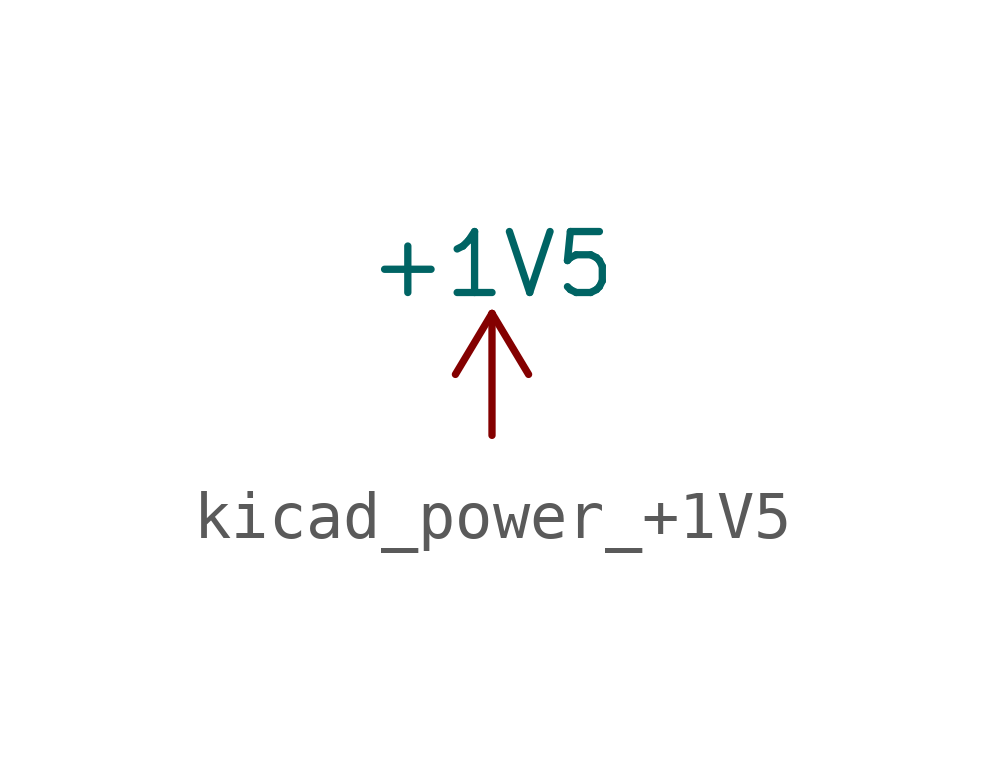
<source format=kicad_sym>
(kicad_symbol_lib
  (version 20220914)
  (generator kicad_symbol_editor)
  (symbol "kicad_power_+1V5"
    (power)
    (pin_names
      (offset 0))
    (property "Reference" "#PWR"
      (at 0 -3.81 0)
      (effects (font (size 1.27 1.27)) hide))
    (property "Value" "+1V5"
      (at 0 3.556 0)
      (effects (font (size 1.27 1.27))))
    (symbol "kicad_power_+1V5_0_1"
      (polyline (pts (xy -0.762 1.27) (xy 0 2.54)) (stroke (width 0) (type default)) (fill (type none)))
      (polyline (pts (xy 0 0) (xy 0 2.54)) (stroke (width 0) (type default)) (fill (type none)))
      (polyline (pts (xy 0 2.54) (xy 0.762 1.27)) (stroke (width 0) (type default)) (fill (type none))))
    (symbol "kicad_power_+1V5_1_1"
      (pin power_in line (at 0 0 90) (length 0) hide (name "+1V5" (effects (font (size 1.27 1.27)))) (number "1" (effects (font (size 1.27 1.27))))))))
</source>
